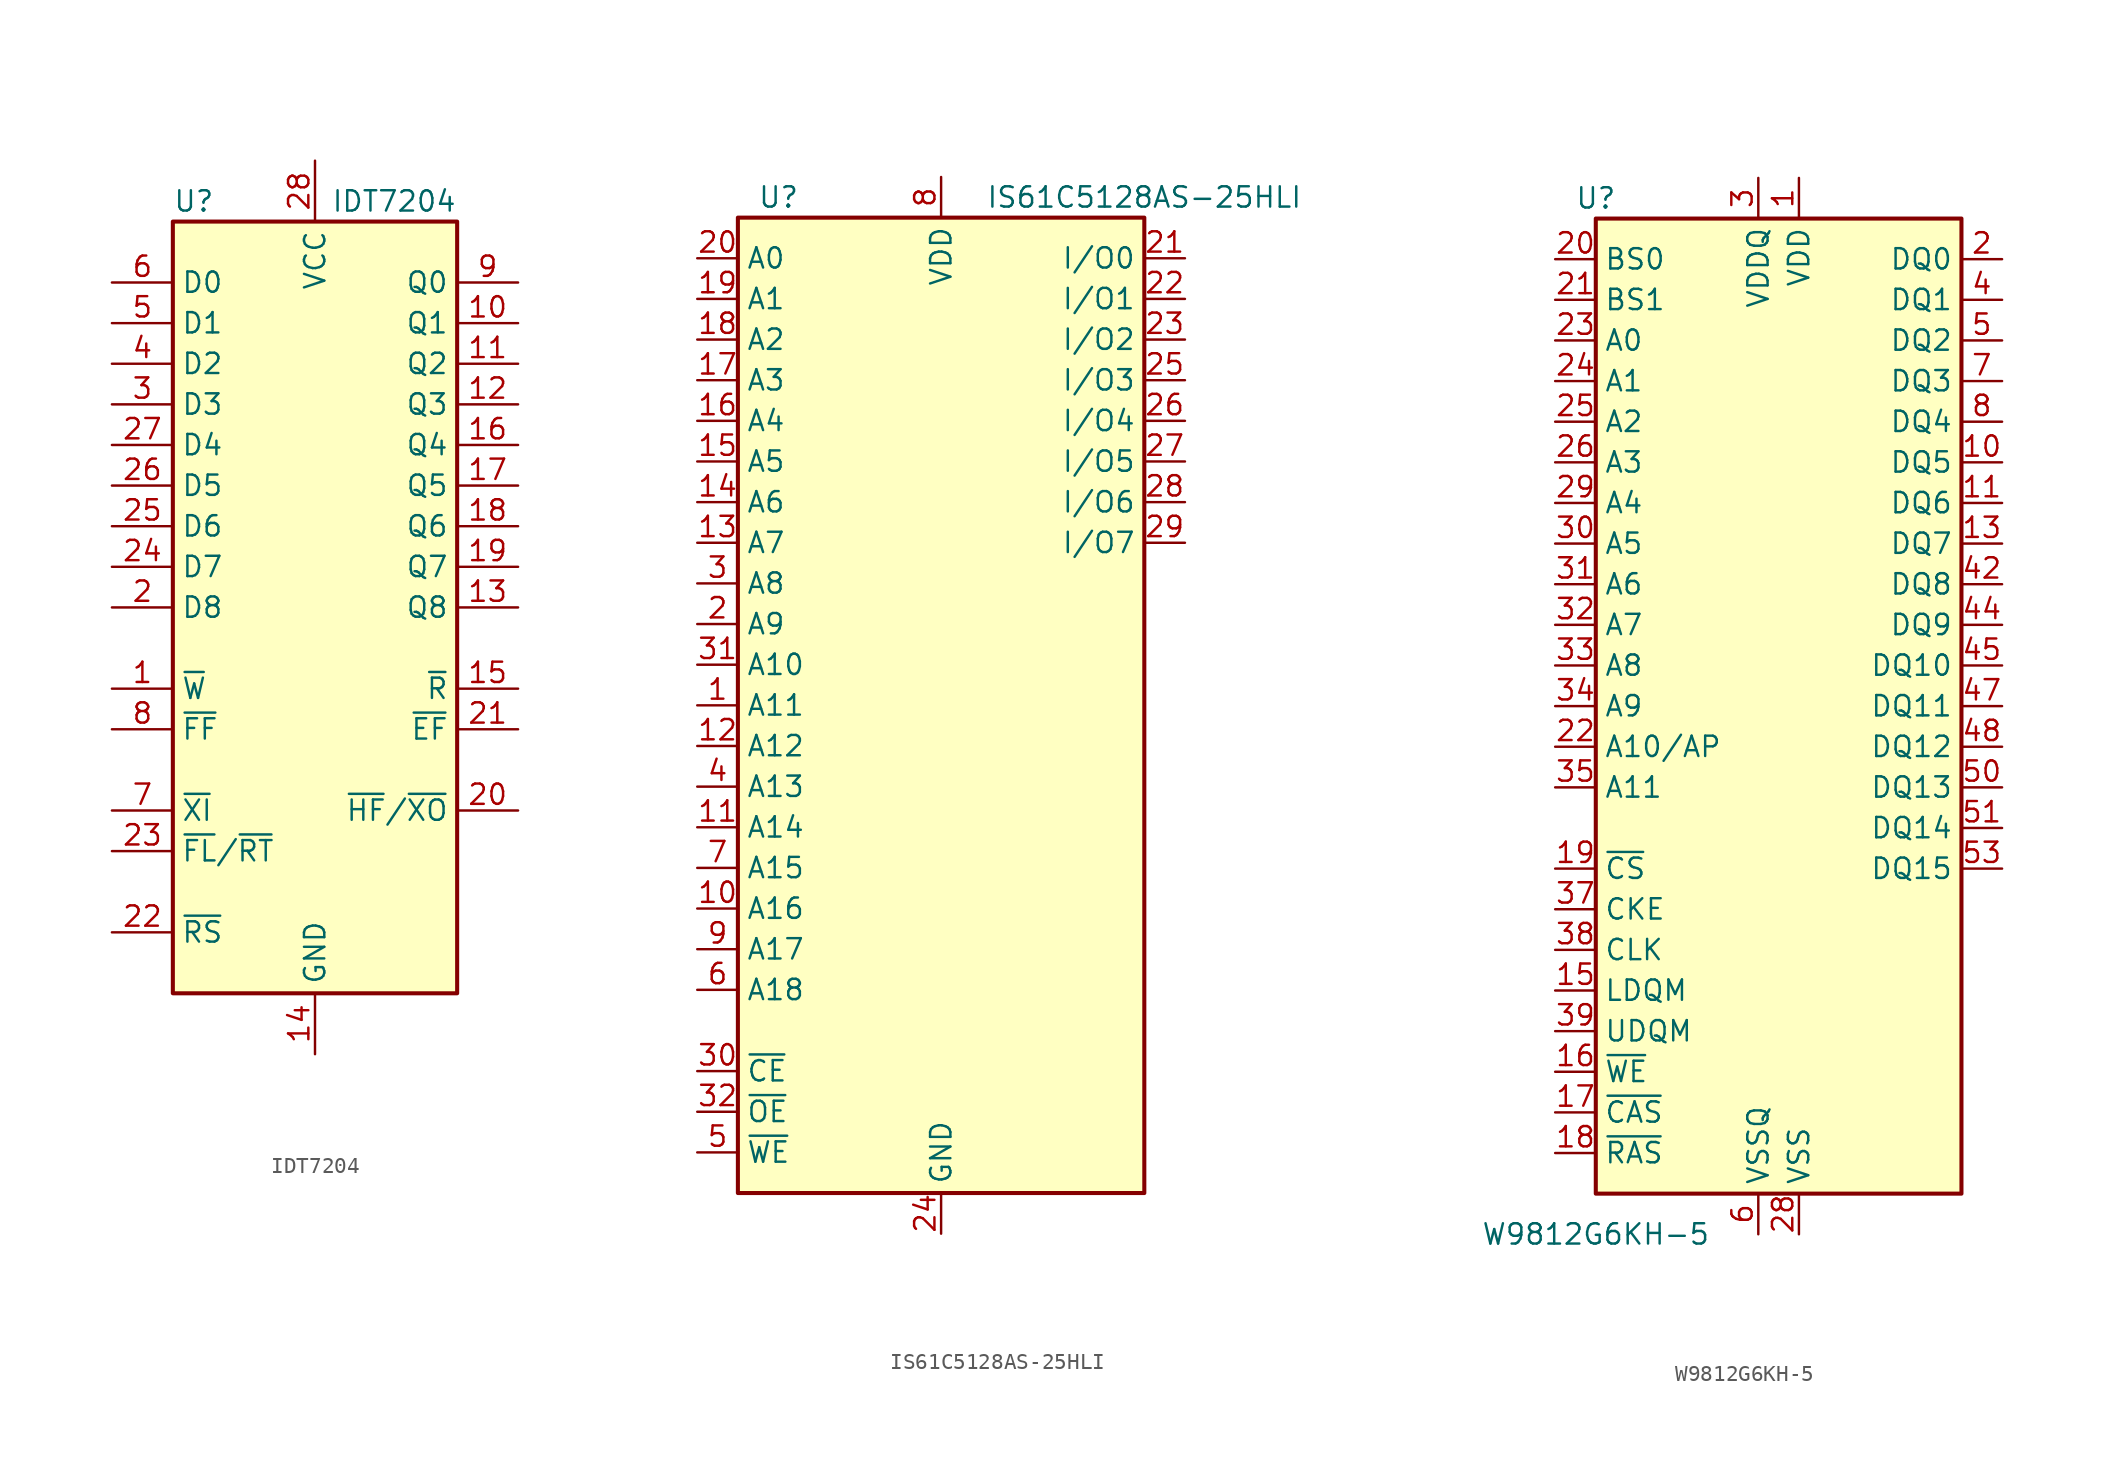
<source format=kicad_sym>
(kicad_symbol_lib
  (version 20211014)
  (generator kicad_symbol_editor)
  (symbol "IDT7204"
    (property "Reference" "U"
      (at -8.89 25.4 0)
      (effects (font (size 1.27 1.27)) (justify left)))
    (property "Value" "IDT7204"
      (at 8.89 25.4 0)
      (effects (font (size 1.27 1.27)) (justify right)))
    (symbol "IDT7204_0_1"
      (rectangle (start -8.89 24.13) (end 8.89 -24.13) (stroke (width 0.254) (type default) (color 0 0 0 0)) (fill (type background)))
      (pin input line (at -12.7 -5.08 0) (length 3.81) (name "~{W}" (effects (font (size 1.27 1.27)))) (number "1" (effects (font (size 1.27 1.27)))))
      (pin output line (at 12.7 17.78 180) (length 3.81) (name "Q1" (effects (font (size 1.27 1.27)))) (number "10" (effects (font (size 1.27 1.27)))))
      (pin output line (at 12.7 15.24 180) (length 3.81) (name "Q2" (effects (font (size 1.27 1.27)))) (number "11" (effects (font (size 1.27 1.27)))))
      (pin output line (at 12.7 12.7 180) (length 3.81) (name "Q3" (effects (font (size 1.27 1.27)))) (number "12" (effects (font (size 1.27 1.27)))))
      (pin output line (at 12.7 0 180) (length 3.81) (name "Q8" (effects (font (size 1.27 1.27)))) (number "13" (effects (font (size 1.27 1.27)))))
      (pin power_in line (at 0 -27.94 90) (length 3.81) (name "GND" (effects (font (size 1.27 1.27)))) (number "14" (effects (font (size 1.27 1.27)))))
      (pin input line (at 12.7 -5.08 180) (length 3.81) (name "~{R}" (effects (font (size 1.27 1.27)))) (number "15" (effects (font (size 1.27 1.27)))))
      (pin output line (at 12.7 10.16 180) (length 3.81) (name "Q4" (effects (font (size 1.27 1.27)))) (number "16" (effects (font (size 1.27 1.27)))))
      (pin output line (at 12.7 7.62 180) (length 3.81) (name "Q5" (effects (font (size 1.27 1.27)))) (number "17" (effects (font (size 1.27 1.27)))))
      (pin output line (at 12.7 5.08 180) (length 3.81) (name "Q6" (effects (font (size 1.27 1.27)))) (number "18" (effects (font (size 1.27 1.27)))))
      (pin output line (at 12.7 2.54 180) (length 3.81) (name "Q7" (effects (font (size 1.27 1.27)))) (number "19" (effects (font (size 1.27 1.27)))))
      (pin input line (at -12.7 0 0) (length 3.81) (name "D8" (effects (font (size 1.27 1.27)))) (number "2" (effects (font (size 1.27 1.27)))))
      (pin output line (at 12.7 -12.7 180) (length 3.81) (name "~{HF}/~{XO}" (effects (font (size 1.27 1.27)))) (number "20" (effects (font (size 1.27 1.27)))))
      (pin output line (at 12.7 -7.62 180) (length 3.81) (name "~{EF}" (effects (font (size 1.27 1.27)))) (number "21" (effects (font (size 1.27 1.27)))))
      (pin input line (at -12.7 -20.32 0) (length 3.81) (name "~{RS}" (effects (font (size 1.27 1.27)))) (number "22" (effects (font (size 1.27 1.27)))))
      (pin input line (at -12.7 -15.24 0) (length 3.81) (name "~{FL}/~{RT}" (effects (font (size 1.27 1.27)))) (number "23" (effects (font (size 1.27 1.27)))))
      (pin input line (at -12.7 2.54 0) (length 3.81) (name "D7" (effects (font (size 1.27 1.27)))) (number "24" (effects (font (size 1.27 1.27)))))
      (pin input line (at -12.7 5.08 0) (length 3.81) (name "D6" (effects (font (size 1.27 1.27)))) (number "25" (effects (font (size 1.27 1.27)))))
      (pin input line (at -12.7 7.62 0) (length 3.81) (name "D5" (effects (font (size 1.27 1.27)))) (number "26" (effects (font (size 1.27 1.27)))))
      (pin input line (at -12.7 10.16 0) (length 3.81) (name "D4" (effects (font (size 1.27 1.27)))) (number "27" (effects (font (size 1.27 1.27)))))
      (pin power_in line (at 0 27.94 270) (length 3.81) (name "VCC" (effects (font (size 1.27 1.27)))) (number "28" (effects (font (size 1.27 1.27)))))
      (pin input line (at -12.7 12.7 0) (length 3.81) (name "D3" (effects (font (size 1.27 1.27)))) (number "3" (effects (font (size 1.27 1.27)))))
      (pin input line (at -12.7 15.24 0) (length 3.81) (name "D2" (effects (font (size 1.27 1.27)))) (number "4" (effects (font (size 1.27 1.27)))))
      (pin input line (at -12.7 17.78 0) (length 3.81) (name "D1" (effects (font (size 1.27 1.27)))) (number "5" (effects (font (size 1.27 1.27)))))
      (pin input line (at -12.7 20.32 0) (length 3.81) (name "D0" (effects (font (size 1.27 1.27)))) (number "6" (effects (font (size 1.27 1.27)))))
      (pin input line (at -12.7 -12.7 0) (length 3.81) (name "~{XI}" (effects (font (size 1.27 1.27)))) (number "7" (effects (font (size 1.27 1.27)))))
      (pin output line (at -12.7 -7.62 0) (length 3.81) (name "~{FF}" (effects (font (size 1.27 1.27)))) (number "8" (effects (font (size 1.27 1.27)))))
      (pin output line (at 12.7 20.32 180) (length 3.81) (name "Q0" (effects (font (size 1.27 1.27)))) (number "9" (effects (font (size 1.27 1.27)))))))
  (symbol "IS61C5128AS-25HLI"
    (property "Reference" "U"
      (at -10.16 31.75 0)
      (effects (font (size 1.27 1.27))))
    (property "Value" "IS61C5128AS-25HLI"
      (at 12.7 31.75 0)
      (effects (font (size 1.27 1.27))))
    (symbol "IS61C5128AS-25HLI_0_1"
      (rectangle (start -12.7 30.48) (end 12.7 -30.48) (stroke (width 0.254) (type default) (color 0 0 0 0)) (fill (type background))))
    (symbol "IS61C5128AS-25HLI_1_1"
      (pin input line (at -15.24 0 0) (length 2.54) (name "A11" (effects (font (size 1.27 1.27)))) (number "1" (effects (font (size 1.27 1.27)))))
      (pin input line (at -15.24 -12.7 0) (length 2.54) (name "A16" (effects (font (size 1.27 1.27)))) (number "10" (effects (font (size 1.27 1.27)))))
      (pin input line (at -15.24 -7.62 0) (length 2.54) (name "A14" (effects (font (size 1.27 1.27)))) (number "11" (effects (font (size 1.27 1.27)))))
      (pin input line (at -15.24 -2.54 0) (length 2.54) (name "A12" (effects (font (size 1.27 1.27)))) (number "12" (effects (font (size 1.27 1.27)))))
      (pin input line (at -15.24 10.16 0) (length 2.54) (name "A7" (effects (font (size 1.27 1.27)))) (number "13" (effects (font (size 1.27 1.27)))))
      (pin input line (at -15.24 12.7 0) (length 2.54) (name "A6" (effects (font (size 1.27 1.27)))) (number "14" (effects (font (size 1.27 1.27)))))
      (pin input line (at -15.24 15.24 0) (length 2.54) (name "A5" (effects (font (size 1.27 1.27)))) (number "15" (effects (font (size 1.27 1.27)))))
      (pin input line (at -15.24 17.78 0) (length 2.54) (name "A4" (effects (font (size 1.27 1.27)))) (number "16" (effects (font (size 1.27 1.27)))))
      (pin input line (at -15.24 20.32 0) (length 2.54) (name "A3" (effects (font (size 1.27 1.27)))) (number "17" (effects (font (size 1.27 1.27)))))
      (pin input line (at -15.24 22.86 0) (length 2.54) (name "A2" (effects (font (size 1.27 1.27)))) (number "18" (effects (font (size 1.27 1.27)))))
      (pin input line (at -15.24 25.4 0) (length 2.54) (name "A1" (effects (font (size 1.27 1.27)))) (number "19" (effects (font (size 1.27 1.27)))))
      (pin input line (at -15.24 5.08 0) (length 2.54) (name "A9" (effects (font (size 1.27 1.27)))) (number "2" (effects (font (size 1.27 1.27)))))
      (pin input line (at -15.24 27.94 0) (length 2.54) (name "A0" (effects (font (size 1.27 1.27)))) (number "20" (effects (font (size 1.27 1.27)))))
      (pin bidirectional line (at 15.24 27.94 180) (length 2.54) (name "I/O0" (effects (font (size 1.27 1.27)))) (number "21" (effects (font (size 1.27 1.27)))))
      (pin bidirectional line (at 15.24 25.4 180) (length 2.54) (name "I/O1" (effects (font (size 1.27 1.27)))) (number "22" (effects (font (size 1.27 1.27)))))
      (pin bidirectional line (at 15.24 22.86 180) (length 2.54) (name "I/O2" (effects (font (size 1.27 1.27)))) (number "23" (effects (font (size 1.27 1.27)))))
      (pin power_in line (at 0 -33.02 90) (length 2.54) (name "GND" (effects (font (size 1.27 1.27)))) (number "24" (effects (font (size 1.27 1.27)))))
      (pin bidirectional line (at 15.24 20.32 180) (length 2.54) (name "I/O3" (effects (font (size 1.27 1.27)))) (number "25" (effects (font (size 1.27 1.27)))))
      (pin bidirectional line (at 15.24 17.78 180) (length 2.54) (name "I/O4" (effects (font (size 1.27 1.27)))) (number "26" (effects (font (size 1.27 1.27)))))
      (pin bidirectional line (at 15.24 15.24 180) (length 2.54) (name "I/O5" (effects (font (size 1.27 1.27)))) (number "27" (effects (font (size 1.27 1.27)))))
      (pin bidirectional line (at 15.24 12.7 180) (length 2.54) (name "I/O6" (effects (font (size 1.27 1.27)))) (number "28" (effects (font (size 1.27 1.27)))))
      (pin bidirectional line (at 15.24 10.16 180) (length 2.54) (name "I/O7" (effects (font (size 1.27 1.27)))) (number "29" (effects (font (size 1.27 1.27)))))
      (pin input line (at -15.24 7.62 0) (length 2.54) (name "A8" (effects (font (size 1.27 1.27)))) (number "3" (effects (font (size 1.27 1.27)))))
      (pin input line (at -15.24 -22.86 0) (length 2.54) (name "~{CE}" (effects (font (size 1.27 1.27)))) (number "30" (effects (font (size 1.27 1.27)))))
      (pin input line (at -15.24 2.54 0) (length 2.54) (name "A10" (effects (font (size 1.27 1.27)))) (number "31" (effects (font (size 1.27 1.27)))))
      (pin input line (at -15.24 -25.4 0) (length 2.54) (name "~{OE}" (effects (font (size 1.27 1.27)))) (number "32" (effects (font (size 1.27 1.27)))))
      (pin input line (at -15.24 -5.08 0) (length 2.54) (name "A13" (effects (font (size 1.27 1.27)))) (number "4" (effects (font (size 1.27 1.27)))))
      (pin input line (at -15.24 -27.94 0) (length 2.54) (name "~{WE}" (effects (font (size 1.27 1.27)))) (number "5" (effects (font (size 1.27 1.27)))))
      (pin input line (at -15.24 -17.78 0) (length 2.54) (name "A18" (effects (font (size 1.27 1.27)))) (number "6" (effects (font (size 1.27 1.27)))))
      (pin input line (at -15.24 -10.16 0) (length 2.54) (name "A15" (effects (font (size 1.27 1.27)))) (number "7" (effects (font (size 1.27 1.27)))))
      (pin power_in line (at 0 33.02 270) (length 2.54) (name "VDD" (effects (font (size 1.27 1.27)))) (number "8" (effects (font (size 1.27 1.27)))))
      (pin input line (at -15.24 -15.24 0) (length 2.54) (name "A17" (effects (font (size 1.27 1.27)))) (number "9" (effects (font (size 1.27 1.27)))))))
  (symbol "W9812G6KH-5"
    (property "Reference" "U"
      (at -10.16 31.75 0)
      (effects (font (size 1.27 1.27))))
    (property "Value" "W9812G6KH-5"
      (at -10.16 -33.02 0)
      (effects (font (size 1.27 1.27))))
    (symbol "W9812G6KH-5_1_1"
      (rectangle (start -10.16 30.48) (end 12.7 -30.48) (stroke (width 0.254) (type default) (color 0 0 0 0)) (fill (type background)))
      (pin power_in line (at 2.54 33.02 270) (length 2.54) (name "VDD" (effects (font (size 1.27 1.27)))) (number "1" (effects (font (size 1.27 1.27)))))
      (pin bidirectional line (at 15.24 15.24 180) (length 2.54) (name "DQ5" (effects (font (size 1.27 1.27)))) (number "10" (effects (font (size 1.27 1.27)))))
      (pin bidirectional line (at 15.24 12.7 180) (length 2.54) (name "DQ6" (effects (font (size 1.27 1.27)))) (number "11" (effects (font (size 1.27 1.27)))))
      (pin passive line (at 0 -33.02 90) (length 2.54) hide (name "VSSQ" (effects (font (size 1.27 1.27)))) (number "12" (effects (font (size 1.27 1.27)))))
      (pin bidirectional line (at 15.24 10.16 180) (length 2.54) (name "DQ7" (effects (font (size 1.27 1.27)))) (number "13" (effects (font (size 1.27 1.27)))))
      (pin passive line (at 2.54 33.02 270) (length 2.54) hide (name "VDD" (effects (font (size 1.27 1.27)))) (number "14" (effects (font (size 1.27 1.27)))))
      (pin input line (at -12.7 -17.78 0) (length 2.54) (name "LDQM" (effects (font (size 1.27 1.27)))) (number "15" (effects (font (size 1.27 1.27)))))
      (pin input line (at -12.7 -22.86 0) (length 2.54) (name "~{WE}" (effects (font (size 1.27 1.27)))) (number "16" (effects (font (size 1.27 1.27)))))
      (pin input line (at -12.7 -25.4 0) (length 2.54) (name "~{CAS}" (effects (font (size 1.27 1.27)))) (number "17" (effects (font (size 1.27 1.27)))))
      (pin input line (at -12.7 -27.94 0) (length 2.54) (name "~{RAS}" (effects (font (size 1.27 1.27)))) (number "18" (effects (font (size 1.27 1.27)))))
      (pin input line (at -12.7 -10.16 0) (length 2.54) (name "~{CS}" (effects (font (size 1.27 1.27)))) (number "19" (effects (font (size 1.27 1.27)))))
      (pin bidirectional line (at 15.24 27.94 180) (length 2.54) (name "DQ0" (effects (font (size 1.27 1.27)))) (number "2" (effects (font (size 1.27 1.27)))))
      (pin input line (at -12.7 27.94 0) (length 2.54) (name "BS0" (effects (font (size 1.27 1.27)))) (number "20" (effects (font (size 1.27 1.27)))))
      (pin input line (at -12.7 25.4 0) (length 2.54) (name "BS1" (effects (font (size 1.27 1.27)))) (number "21" (effects (font (size 1.27 1.27)))))
      (pin input line (at -12.7 -2.54 0) (length 2.54) (name "A10/AP" (effects (font (size 1.27 1.27)))) (number "22" (effects (font (size 1.27 1.27)))))
      (pin input line (at -12.7 22.86 0) (length 2.54) (name "A0" (effects (font (size 1.27 1.27)))) (number "23" (effects (font (size 1.27 1.27)))))
      (pin input line (at -12.7 20.32 0) (length 2.54) (name "A1" (effects (font (size 1.27 1.27)))) (number "24" (effects (font (size 1.27 1.27)))))
      (pin input line (at -12.7 17.78 0) (length 2.54) (name "A2" (effects (font (size 1.27 1.27)))) (number "25" (effects (font (size 1.27 1.27)))))
      (pin input line (at -12.7 15.24 0) (length 2.54) (name "A3" (effects (font (size 1.27 1.27)))) (number "26" (effects (font (size 1.27 1.27)))))
      (pin passive line (at 2.54 33.02 270) (length 2.54) hide (name "VDD" (effects (font (size 1.27 1.27)))) (number "27" (effects (font (size 1.27 1.27)))))
      (pin power_in line (at 2.54 -33.02 90) (length 2.54) (name "VSS" (effects (font (size 1.27 1.27)))) (number "28" (effects (font (size 1.27 1.27)))))
      (pin input line (at -12.7 12.7 0) (length 2.54) (name "A4" (effects (font (size 1.27 1.27)))) (number "29" (effects (font (size 1.27 1.27)))))
      (pin power_in line (at 0 33.02 270) (length 2.54) (name "VDDQ" (effects (font (size 1.27 1.27)))) (number "3" (effects (font (size 1.27 1.27)))))
      (pin input line (at -12.7 10.16 0) (length 2.54) (name "A5" (effects (font (size 1.27 1.27)))) (number "30" (effects (font (size 1.27 1.27)))))
      (pin input line (at -12.7 7.62 0) (length 2.54) (name "A6" (effects (font (size 1.27 1.27)))) (number "31" (effects (font (size 1.27 1.27)))))
      (pin input line (at -12.7 5.08 0) (length 2.54) (name "A7" (effects (font (size 1.27 1.27)))) (number "32" (effects (font (size 1.27 1.27)))))
      (pin input line (at -12.7 2.54 0) (length 2.54) (name "A8" (effects (font (size 1.27 1.27)))) (number "33" (effects (font (size 1.27 1.27)))))
      (pin input line (at -12.7 0 0) (length 2.54) (name "A9" (effects (font (size 1.27 1.27)))) (number "34" (effects (font (size 1.27 1.27)))))
      (pin input line (at -12.7 -5.08 0) (length 2.54) (name "A11" (effects (font (size 1.27 1.27)))) (number "35" (effects (font (size 1.27 1.27)))))
      (pin no_connect line (at 12.7 -15.24 180) (length 2.54) hide (name "NC" (effects (font (size 1.27 1.27)))) (number "36" (effects (font (size 1.27 1.27)))))
      (pin input line (at -12.7 -12.7 0) (length 2.54) (name "CKE" (effects (font (size 1.27 1.27)))) (number "37" (effects (font (size 1.27 1.27)))))
      (pin input line (at -12.7 -15.24 0) (length 2.54) (name "CLK" (effects (font (size 1.27 1.27)))) (number "38" (effects (font (size 1.27 1.27)))))
      (pin input line (at -12.7 -20.32 0) (length 2.54) (name "UDQM" (effects (font (size 1.27 1.27)))) (number "39" (effects (font (size 1.27 1.27)))))
      (pin bidirectional line (at 15.24 25.4 180) (length 2.54) (name "DQ1" (effects (font (size 1.27 1.27)))) (number "4" (effects (font (size 1.27 1.27)))))
      (pin no_connect line (at 12.7 -17.78 180) (length 2.54) hide (name "NC" (effects (font (size 1.27 1.27)))) (number "40" (effects (font (size 1.27 1.27)))))
      (pin passive line (at 2.54 -33.02 90) (length 2.54) hide (name "VSS" (effects (font (size 1.27 1.27)))) (number "41" (effects (font (size 1.27 1.27)))))
      (pin bidirectional line (at 15.24 7.62 180) (length 2.54) (name "DQ8" (effects (font (size 1.27 1.27)))) (number "42" (effects (font (size 1.27 1.27)))))
      (pin passive line (at 0 33.02 270) (length 2.54) hide (name "VDDQ" (effects (font (size 1.27 1.27)))) (number "43" (effects (font (size 1.27 1.27)))))
      (pin bidirectional line (at 15.24 5.08 180) (length 2.54) (name "DQ9" (effects (font (size 1.27 1.27)))) (number "44" (effects (font (size 1.27 1.27)))))
      (pin bidirectional line (at 15.24 2.54 180) (length 2.54) (name "DQ10" (effects (font (size 1.27 1.27)))) (number "45" (effects (font (size 1.27 1.27)))))
      (pin passive line (at 0 -33.02 90) (length 2.54) hide (name "VSSQ" (effects (font (size 1.27 1.27)))) (number "46" (effects (font (size 1.27 1.27)))))
      (pin bidirectional line (at 15.24 0 180) (length 2.54) (name "DQ11" (effects (font (size 1.27 1.27)))) (number "47" (effects (font (size 1.27 1.27)))))
      (pin bidirectional line (at 15.24 -2.54 180) (length 2.54) (name "DQ12" (effects (font (size 1.27 1.27)))) (number "48" (effects (font (size 1.27 1.27)))))
      (pin passive line (at 0 33.02 270) (length 2.54) hide (name "VDDQ" (effects (font (size 1.27 1.27)))) (number "49" (effects (font (size 1.27 1.27)))))
      (pin bidirectional line (at 15.24 22.86 180) (length 2.54) (name "DQ2" (effects (font (size 1.27 1.27)))) (number "5" (effects (font (size 1.27 1.27)))))
      (pin bidirectional line (at 15.24 -5.08 180) (length 2.54) (name "DQ13" (effects (font (size 1.27 1.27)))) (number "50" (effects (font (size 1.27 1.27)))))
      (pin bidirectional line (at 15.24 -7.62 180) (length 2.54) (name "DQ14" (effects (font (size 1.27 1.27)))) (number "51" (effects (font (size 1.27 1.27)))))
      (pin passive line (at 0 -33.02 90) (length 2.54) hide (name "VSSQ" (effects (font (size 1.27 1.27)))) (number "52" (effects (font (size 1.27 1.27)))))
      (pin bidirectional line (at 15.24 -10.16 180) (length 2.54) (name "DQ15" (effects (font (size 1.27 1.27)))) (number "53" (effects (font (size 1.27 1.27)))))
      (pin passive line (at 2.54 -33.02 90) (length 2.54) hide (name "VSS" (effects (font (size 1.27 1.27)))) (number "54" (effects (font (size 1.27 1.27)))))
      (pin power_in line (at 0 -33.02 90) (length 2.54) (name "VSSQ" (effects (font (size 1.27 1.27)))) (number "6" (effects (font (size 1.27 1.27)))))
      (pin bidirectional line (at 15.24 20.32 180) (length 2.54) (name "DQ3" (effects (font (size 1.27 1.27)))) (number "7" (effects (font (size 1.27 1.27)))))
      (pin bidirectional line (at 15.24 17.78 180) (length 2.54) (name "DQ4" (effects (font (size 1.27 1.27)))) (number "8" (effects (font (size 1.27 1.27)))))
      (pin passive line (at 0 33.02 270) (length 2.54) hide (name "VDDQ" (effects (font (size 1.27 1.27)))) (number "9" (effects (font (size 1.27 1.27))))))))
</source>
